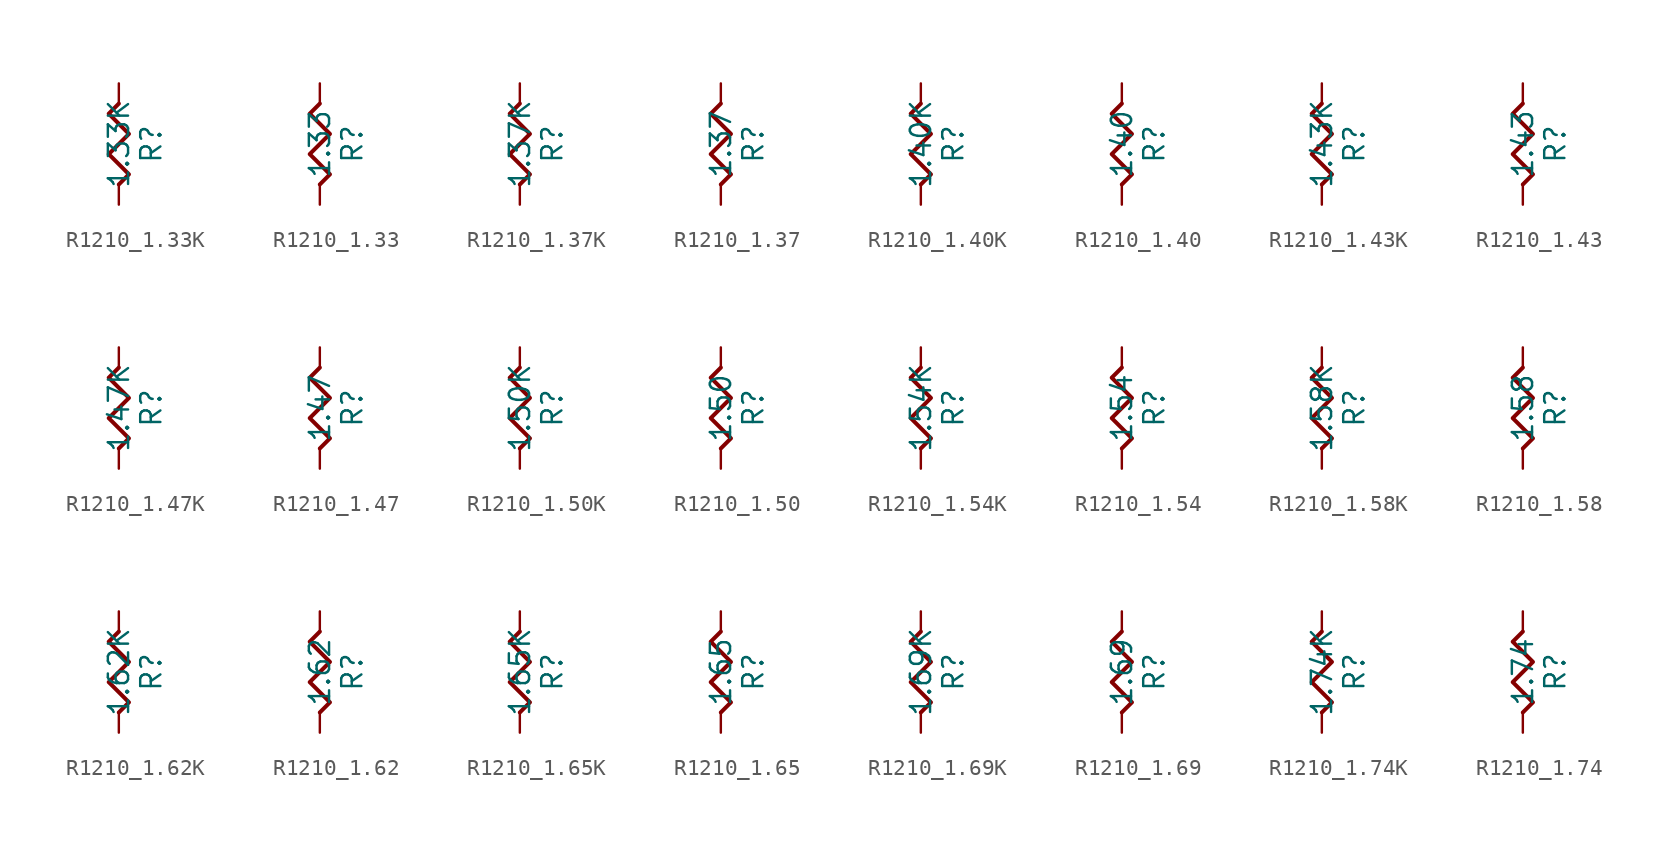
<source format=kicad_sym>
(kicad_symbol_lib
  (version 20211014)
  (generator atlantix-eda)
  (symbol "R1210_1.33K"
    (pin_numbers hide)
    (pin_names
      (offset 0))
    (property "Reference" "R"
      (at 2.032 0 90)
      (effects (font (size 1.27 1.27))))
    (property "Value" "1.33K"
      (at 0 0 90)
      (effects (font (size 1.27 1.27))))
    (symbol "R1210_1.33K_0_1"
      (polyline (pts (xy 0 -2.54) (xy 0.635 -1.905) (xy -0.635 -0.635) (xy 0.635 0.635) (xy -0.635 1.905) (xy 0 2.54)) (stroke (width 0.254) (type default) (color 0 0 0 0)) (fill (type none))))
    (symbol "R1210_1.33K_1_1"
      (pin passive line (at 0 3.81 270) (length 1.27) (name "~" (effects (font (size 1.27 1.27)))) (number "1" (effects (font (size 1.27 1.27)))))
      (pin passive line (at 0 -3.81 90) (length 1.27) (name "~" (effects (font (size 1.27 1.27)))) (number "2" (effects (font (size 1.27 1.27)))))))
  (symbol "R1210_1.33"
    (pin_numbers hide)
    (pin_names
      (offset 0))
    (property "Reference" "R"
      (at 2.032 0 90)
      (effects (font (size 1.27 1.27))))
    (property "Value" "1.33"
      (at 0 0 90)
      (effects (font (size 1.27 1.27))))
    (symbol "R1210_1.33_0_1"
      (polyline (pts (xy 0 -2.54) (xy 0.635 -1.905) (xy -0.635 -0.635) (xy 0.635 0.635) (xy -0.635 1.905) (xy 0 2.54)) (stroke (width 0.254) (type default) (color 0 0 0 0)) (fill (type none))))
    (symbol "R1210_1.33_1_1"
      (pin passive line (at 0 3.81 270) (length 1.27) (name "~" (effects (font (size 1.27 1.27)))) (number "1" (effects (font (size 1.27 1.27)))))
      (pin passive line (at 0 -3.81 90) (length 1.27) (name "~" (effects (font (size 1.27 1.27)))) (number "2" (effects (font (size 1.27 1.27)))))))
  (symbol "R1210_1.37K"
    (pin_numbers hide)
    (pin_names
      (offset 0))
    (property "Reference" "R"
      (at 2.032 0 90)
      (effects (font (size 1.27 1.27))))
    (property "Value" "1.37K"
      (at 0 0 90)
      (effects (font (size 1.27 1.27))))
    (symbol "R1210_1.37K_0_1"
      (polyline (pts (xy 0 -2.54) (xy 0.635 -1.905) (xy -0.635 -0.635) (xy 0.635 0.635) (xy -0.635 1.905) (xy 0 2.54)) (stroke (width 0.254) (type default) (color 0 0 0 0)) (fill (type none))))
    (symbol "R1210_1.37K_1_1"
      (pin passive line (at 0 3.81 270) (length 1.27) (name "~" (effects (font (size 1.27 1.27)))) (number "1" (effects (font (size 1.27 1.27)))))
      (pin passive line (at 0 -3.81 90) (length 1.27) (name "~" (effects (font (size 1.27 1.27)))) (number "2" (effects (font (size 1.27 1.27)))))))
  (symbol "R1210_1.37"
    (pin_numbers hide)
    (pin_names
      (offset 0))
    (property "Reference" "R"
      (at 2.032 0 90)
      (effects (font (size 1.27 1.27))))
    (property "Value" "1.37"
      (at 0 0 90)
      (effects (font (size 1.27 1.27))))
    (symbol "R1210_1.37_0_1"
      (polyline (pts (xy 0 -2.54) (xy 0.635 -1.905) (xy -0.635 -0.635) (xy 0.635 0.635) (xy -0.635 1.905) (xy 0 2.54)) (stroke (width 0.254) (type default) (color 0 0 0 0)) (fill (type none))))
    (symbol "R1210_1.37_1_1"
      (pin passive line (at 0 3.81 270) (length 1.27) (name "~" (effects (font (size 1.27 1.27)))) (number "1" (effects (font (size 1.27 1.27)))))
      (pin passive line (at 0 -3.81 90) (length 1.27) (name "~" (effects (font (size 1.27 1.27)))) (number "2" (effects (font (size 1.27 1.27)))))))
  (symbol "R1210_1.40K"
    (pin_numbers hide)
    (pin_names
      (offset 0))
    (property "Reference" "R"
      (at 2.032 0 90)
      (effects (font (size 1.27 1.27))))
    (property "Value" "1.40K"
      (at 0 0 90)
      (effects (font (size 1.27 1.27))))
    (symbol "R1210_1.40K_0_1"
      (polyline (pts (xy 0 -2.54) (xy 0.635 -1.905) (xy -0.635 -0.635) (xy 0.635 0.635) (xy -0.635 1.905) (xy 0 2.54)) (stroke (width 0.254) (type default) (color 0 0 0 0)) (fill (type none))))
    (symbol "R1210_1.40K_1_1"
      (pin passive line (at 0 3.81 270) (length 1.27) (name "~" (effects (font (size 1.27 1.27)))) (number "1" (effects (font (size 1.27 1.27)))))
      (pin passive line (at 0 -3.81 90) (length 1.27) (name "~" (effects (font (size 1.27 1.27)))) (number "2" (effects (font (size 1.27 1.27)))))))
  (symbol "R1210_1.40"
    (pin_numbers hide)
    (pin_names
      (offset 0))
    (property "Reference" "R"
      (at 2.032 0 90)
      (effects (font (size 1.27 1.27))))
    (property "Value" "1.40"
      (at 0 0 90)
      (effects (font (size 1.27 1.27))))
    (symbol "R1210_1.40_0_1"
      (polyline (pts (xy 0 -2.54) (xy 0.635 -1.905) (xy -0.635 -0.635) (xy 0.635 0.635) (xy -0.635 1.905) (xy 0 2.54)) (stroke (width 0.254) (type default) (color 0 0 0 0)) (fill (type none))))
    (symbol "R1210_1.40_1_1"
      (pin passive line (at 0 3.81 270) (length 1.27) (name "~" (effects (font (size 1.27 1.27)))) (number "1" (effects (font (size 1.27 1.27)))))
      (pin passive line (at 0 -3.81 90) (length 1.27) (name "~" (effects (font (size 1.27 1.27)))) (number "2" (effects (font (size 1.27 1.27)))))))
  (symbol "R1210_1.43K"
    (pin_numbers hide)
    (pin_names
      (offset 0))
    (property "Reference" "R"
      (at 2.032 0 90)
      (effects (font (size 1.27 1.27))))
    (property "Value" "1.43K"
      (at 0 0 90)
      (effects (font (size 1.27 1.27))))
    (symbol "R1210_1.43K_0_1"
      (polyline (pts (xy 0 -2.54) (xy 0.635 -1.905) (xy -0.635 -0.635) (xy 0.635 0.635) (xy -0.635 1.905) (xy 0 2.54)) (stroke (width 0.254) (type default) (color 0 0 0 0)) (fill (type none))))
    (symbol "R1210_1.43K_1_1"
      (pin passive line (at 0 3.81 270) (length 1.27) (name "~" (effects (font (size 1.27 1.27)))) (number "1" (effects (font (size 1.27 1.27)))))
      (pin passive line (at 0 -3.81 90) (length 1.27) (name "~" (effects (font (size 1.27 1.27)))) (number "2" (effects (font (size 1.27 1.27)))))))
  (symbol "R1210_1.43"
    (pin_numbers hide)
    (pin_names
      (offset 0))
    (property "Reference" "R"
      (at 2.032 0 90)
      (effects (font (size 1.27 1.27))))
    (property "Value" "1.43"
      (at 0 0 90)
      (effects (font (size 1.27 1.27))))
    (symbol "R1210_1.43_0_1"
      (polyline (pts (xy 0 -2.54) (xy 0.635 -1.905) (xy -0.635 -0.635) (xy 0.635 0.635) (xy -0.635 1.905) (xy 0 2.54)) (stroke (width 0.254) (type default) (color 0 0 0 0)) (fill (type none))))
    (symbol "R1210_1.43_1_1"
      (pin passive line (at 0 3.81 270) (length 1.27) (name "~" (effects (font (size 1.27 1.27)))) (number "1" (effects (font (size 1.27 1.27)))))
      (pin passive line (at 0 -3.81 90) (length 1.27) (name "~" (effects (font (size 1.27 1.27)))) (number "2" (effects (font (size 1.27 1.27)))))))
  (symbol "R1210_1.47K"
    (pin_numbers hide)
    (pin_names
      (offset 0))
    (property "Reference" "R"
      (at 2.032 0 90)
      (effects (font (size 1.27 1.27))))
    (property "Value" "1.47K"
      (at 0 0 90)
      (effects (font (size 1.27 1.27))))
    (symbol "R1210_1.47K_0_1"
      (polyline (pts (xy 0 -2.54) (xy 0.635 -1.905) (xy -0.635 -0.635) (xy 0.635 0.635) (xy -0.635 1.905) (xy 0 2.54)) (stroke (width 0.254) (type default) (color 0 0 0 0)) (fill (type none))))
    (symbol "R1210_1.47K_1_1"
      (pin passive line (at 0 3.81 270) (length 1.27) (name "~" (effects (font (size 1.27 1.27)))) (number "1" (effects (font (size 1.27 1.27)))))
      (pin passive line (at 0 -3.81 90) (length 1.27) (name "~" (effects (font (size 1.27 1.27)))) (number "2" (effects (font (size 1.27 1.27)))))))
  (symbol "R1210_1.47"
    (pin_numbers hide)
    (pin_names
      (offset 0))
    (property "Reference" "R"
      (at 2.032 0 90)
      (effects (font (size 1.27 1.27))))
    (property "Value" "1.47"
      (at 0 0 90)
      (effects (font (size 1.27 1.27))))
    (symbol "R1210_1.47_0_1"
      (polyline (pts (xy 0 -2.54) (xy 0.635 -1.905) (xy -0.635 -0.635) (xy 0.635 0.635) (xy -0.635 1.905) (xy 0 2.54)) (stroke (width 0.254) (type default) (color 0 0 0 0)) (fill (type none))))
    (symbol "R1210_1.47_1_1"
      (pin passive line (at 0 3.81 270) (length 1.27) (name "~" (effects (font (size 1.27 1.27)))) (number "1" (effects (font (size 1.27 1.27)))))
      (pin passive line (at 0 -3.81 90) (length 1.27) (name "~" (effects (font (size 1.27 1.27)))) (number "2" (effects (font (size 1.27 1.27)))))))
  (symbol "R1210_1.50K"
    (pin_numbers hide)
    (pin_names
      (offset 0))
    (property "Reference" "R"
      (at 2.032 0 90)
      (effects (font (size 1.27 1.27))))
    (property "Value" "1.50K"
      (at 0 0 90)
      (effects (font (size 1.27 1.27))))
    (symbol "R1210_1.50K_0_1"
      (polyline (pts (xy 0 -2.54) (xy 0.635 -1.905) (xy -0.635 -0.635) (xy 0.635 0.635) (xy -0.635 1.905) (xy 0 2.54)) (stroke (width 0.254) (type default) (color 0 0 0 0)) (fill (type none))))
    (symbol "R1210_1.50K_1_1"
      (pin passive line (at 0 3.81 270) (length 1.27) (name "~" (effects (font (size 1.27 1.27)))) (number "1" (effects (font (size 1.27 1.27)))))
      (pin passive line (at 0 -3.81 90) (length 1.27) (name "~" (effects (font (size 1.27 1.27)))) (number "2" (effects (font (size 1.27 1.27)))))))
  (symbol "R1210_1.50"
    (pin_numbers hide)
    (pin_names
      (offset 0))
    (property "Reference" "R"
      (at 2.032 0 90)
      (effects (font (size 1.27 1.27))))
    (property "Value" "1.50"
      (at 0 0 90)
      (effects (font (size 1.27 1.27))))
    (symbol "R1210_1.50_0_1"
      (polyline (pts (xy 0 -2.54) (xy 0.635 -1.905) (xy -0.635 -0.635) (xy 0.635 0.635) (xy -0.635 1.905) (xy 0 2.54)) (stroke (width 0.254) (type default) (color 0 0 0 0)) (fill (type none))))
    (symbol "R1210_1.50_1_1"
      (pin passive line (at 0 3.81 270) (length 1.27) (name "~" (effects (font (size 1.27 1.27)))) (number "1" (effects (font (size 1.27 1.27)))))
      (pin passive line (at 0 -3.81 90) (length 1.27) (name "~" (effects (font (size 1.27 1.27)))) (number "2" (effects (font (size 1.27 1.27)))))))
  (symbol "R1210_1.54K"
    (pin_numbers hide)
    (pin_names
      (offset 0))
    (property "Reference" "R"
      (at 2.032 0 90)
      (effects (font (size 1.27 1.27))))
    (property "Value" "1.54K"
      (at 0 0 90)
      (effects (font (size 1.27 1.27))))
    (symbol "R1210_1.54K_0_1"
      (polyline (pts (xy 0 -2.54) (xy 0.635 -1.905) (xy -0.635 -0.635) (xy 0.635 0.635) (xy -0.635 1.905) (xy 0 2.54)) (stroke (width 0.254) (type default) (color 0 0 0 0)) (fill (type none))))
    (symbol "R1210_1.54K_1_1"
      (pin passive line (at 0 3.81 270) (length 1.27) (name "~" (effects (font (size 1.27 1.27)))) (number "1" (effects (font (size 1.27 1.27)))))
      (pin passive line (at 0 -3.81 90) (length 1.27) (name "~" (effects (font (size 1.27 1.27)))) (number "2" (effects (font (size 1.27 1.27)))))))
  (symbol "R1210_1.54"
    (pin_numbers hide)
    (pin_names
      (offset 0))
    (property "Reference" "R"
      (at 2.032 0 90)
      (effects (font (size 1.27 1.27))))
    (property "Value" "1.54"
      (at 0 0 90)
      (effects (font (size 1.27 1.27))))
    (symbol "R1210_1.54_0_1"
      (polyline (pts (xy 0 -2.54) (xy 0.635 -1.905) (xy -0.635 -0.635) (xy 0.635 0.635) (xy -0.635 1.905) (xy 0 2.54)) (stroke (width 0.254) (type default) (color 0 0 0 0)) (fill (type none))))
    (symbol "R1210_1.54_1_1"
      (pin passive line (at 0 3.81 270) (length 1.27) (name "~" (effects (font (size 1.27 1.27)))) (number "1" (effects (font (size 1.27 1.27)))))
      (pin passive line (at 0 -3.81 90) (length 1.27) (name "~" (effects (font (size 1.27 1.27)))) (number "2" (effects (font (size 1.27 1.27)))))))
  (symbol "R1210_1.58K"
    (pin_numbers hide)
    (pin_names
      (offset 0))
    (property "Reference" "R"
      (at 2.032 0 90)
      (effects (font (size 1.27 1.27))))
    (property "Value" "1.58K"
      (at 0 0 90)
      (effects (font (size 1.27 1.27))))
    (symbol "R1210_1.58K_0_1"
      (polyline (pts (xy 0 -2.54) (xy 0.635 -1.905) (xy -0.635 -0.635) (xy 0.635 0.635) (xy -0.635 1.905) (xy 0 2.54)) (stroke (width 0.254) (type default) (color 0 0 0 0)) (fill (type none))))
    (symbol "R1210_1.58K_1_1"
      (pin passive line (at 0 3.81 270) (length 1.27) (name "~" (effects (font (size 1.27 1.27)))) (number "1" (effects (font (size 1.27 1.27)))))
      (pin passive line (at 0 -3.81 90) (length 1.27) (name "~" (effects (font (size 1.27 1.27)))) (number "2" (effects (font (size 1.27 1.27)))))))
  (symbol "R1210_1.58"
    (pin_numbers hide)
    (pin_names
      (offset 0))
    (property "Reference" "R"
      (at 2.032 0 90)
      (effects (font (size 1.27 1.27))))
    (property "Value" "1.58"
      (at 0 0 90)
      (effects (font (size 1.27 1.27))))
    (symbol "R1210_1.58_0_1"
      (polyline (pts (xy 0 -2.54) (xy 0.635 -1.905) (xy -0.635 -0.635) (xy 0.635 0.635) (xy -0.635 1.905) (xy 0 2.54)) (stroke (width 0.254) (type default) (color 0 0 0 0)) (fill (type none))))
    (symbol "R1210_1.58_1_1"
      (pin passive line (at 0 3.81 270) (length 1.27) (name "~" (effects (font (size 1.27 1.27)))) (number "1" (effects (font (size 1.27 1.27)))))
      (pin passive line (at 0 -3.81 90) (length 1.27) (name "~" (effects (font (size 1.27 1.27)))) (number "2" (effects (font (size 1.27 1.27)))))))
  (symbol "R1210_1.62K"
    (pin_numbers hide)
    (pin_names
      (offset 0))
    (property "Reference" "R"
      (at 2.032 0 90)
      (effects (font (size 1.27 1.27))))
    (property "Value" "1.62K"
      (at 0 0 90)
      (effects (font (size 1.27 1.27))))
    (symbol "R1210_1.62K_0_1"
      (polyline (pts (xy 0 -2.54) (xy 0.635 -1.905) (xy -0.635 -0.635) (xy 0.635 0.635) (xy -0.635 1.905) (xy 0 2.54)) (stroke (width 0.254) (type default) (color 0 0 0 0)) (fill (type none))))
    (symbol "R1210_1.62K_1_1"
      (pin passive line (at 0 3.81 270) (length 1.27) (name "~" (effects (font (size 1.27 1.27)))) (number "1" (effects (font (size 1.27 1.27)))))
      (pin passive line (at 0 -3.81 90) (length 1.27) (name "~" (effects (font (size 1.27 1.27)))) (number "2" (effects (font (size 1.27 1.27)))))))
  (symbol "R1210_1.62"
    (pin_numbers hide)
    (pin_names
      (offset 0))
    (property "Reference" "R"
      (at 2.032 0 90)
      (effects (font (size 1.27 1.27))))
    (property "Value" "1.62"
      (at 0 0 90)
      (effects (font (size 1.27 1.27))))
    (symbol "R1210_1.62_0_1"
      (polyline (pts (xy 0 -2.54) (xy 0.635 -1.905) (xy -0.635 -0.635) (xy 0.635 0.635) (xy -0.635 1.905) (xy 0 2.54)) (stroke (width 0.254) (type default) (color 0 0 0 0)) (fill (type none))))
    (symbol "R1210_1.62_1_1"
      (pin passive line (at 0 3.81 270) (length 1.27) (name "~" (effects (font (size 1.27 1.27)))) (number "1" (effects (font (size 1.27 1.27)))))
      (pin passive line (at 0 -3.81 90) (length 1.27) (name "~" (effects (font (size 1.27 1.27)))) (number "2" (effects (font (size 1.27 1.27)))))))
  (symbol "R1210_1.65K"
    (pin_numbers hide)
    (pin_names
      (offset 0))
    (property "Reference" "R"
      (at 2.032 0 90)
      (effects (font (size 1.27 1.27))))
    (property "Value" "1.65K"
      (at 0 0 90)
      (effects (font (size 1.27 1.27))))
    (symbol "R1210_1.65K_0_1"
      (polyline (pts (xy 0 -2.54) (xy 0.635 -1.905) (xy -0.635 -0.635) (xy 0.635 0.635) (xy -0.635 1.905) (xy 0 2.54)) (stroke (width 0.254) (type default) (color 0 0 0 0)) (fill (type none))))
    (symbol "R1210_1.65K_1_1"
      (pin passive line (at 0 3.81 270) (length 1.27) (name "~" (effects (font (size 1.27 1.27)))) (number "1" (effects (font (size 1.27 1.27)))))
      (pin passive line (at 0 -3.81 90) (length 1.27) (name "~" (effects (font (size 1.27 1.27)))) (number "2" (effects (font (size 1.27 1.27)))))))
  (symbol "R1210_1.65"
    (pin_numbers hide)
    (pin_names
      (offset 0))
    (property "Reference" "R"
      (at 2.032 0 90)
      (effects (font (size 1.27 1.27))))
    (property "Value" "1.65"
      (at 0 0 90)
      (effects (font (size 1.27 1.27))))
    (symbol "R1210_1.65_0_1"
      (polyline (pts (xy 0 -2.54) (xy 0.635 -1.905) (xy -0.635 -0.635) (xy 0.635 0.635) (xy -0.635 1.905) (xy 0 2.54)) (stroke (width 0.254) (type default) (color 0 0 0 0)) (fill (type none))))
    (symbol "R1210_1.65_1_1"
      (pin passive line (at 0 3.81 270) (length 1.27) (name "~" (effects (font (size 1.27 1.27)))) (number "1" (effects (font (size 1.27 1.27)))))
      (pin passive line (at 0 -3.81 90) (length 1.27) (name "~" (effects (font (size 1.27 1.27)))) (number "2" (effects (font (size 1.27 1.27)))))))
  (symbol "R1210_1.69K"
    (pin_numbers hide)
    (pin_names
      (offset 0))
    (property "Reference" "R"
      (at 2.032 0 90)
      (effects (font (size 1.27 1.27))))
    (property "Value" "1.69K"
      (at 0 0 90)
      (effects (font (size 1.27 1.27))))
    (symbol "R1210_1.69K_0_1"
      (polyline (pts (xy 0 -2.54) (xy 0.635 -1.905) (xy -0.635 -0.635) (xy 0.635 0.635) (xy -0.635 1.905) (xy 0 2.54)) (stroke (width 0.254) (type default) (color 0 0 0 0)) (fill (type none))))
    (symbol "R1210_1.69K_1_1"
      (pin passive line (at 0 3.81 270) (length 1.27) (name "~" (effects (font (size 1.27 1.27)))) (number "1" (effects (font (size 1.27 1.27)))))
      (pin passive line (at 0 -3.81 90) (length 1.27) (name "~" (effects (font (size 1.27 1.27)))) (number "2" (effects (font (size 1.27 1.27)))))))
  (symbol "R1210_1.69"
    (pin_numbers hide)
    (pin_names
      (offset 0))
    (property "Reference" "R"
      (at 2.032 0 90)
      (effects (font (size 1.27 1.27))))
    (property "Value" "1.69"
      (at 0 0 90)
      (effects (font (size 1.27 1.27))))
    (symbol "R1210_1.69_0_1"
      (polyline (pts (xy 0 -2.54) (xy 0.635 -1.905) (xy -0.635 -0.635) (xy 0.635 0.635) (xy -0.635 1.905) (xy 0 2.54)) (stroke (width 0.254) (type default) (color 0 0 0 0)) (fill (type none))))
    (symbol "R1210_1.69_1_1"
      (pin passive line (at 0 3.81 270) (length 1.27) (name "~" (effects (font (size 1.27 1.27)))) (number "1" (effects (font (size 1.27 1.27)))))
      (pin passive line (at 0 -3.81 90) (length 1.27) (name "~" (effects (font (size 1.27 1.27)))) (number "2" (effects (font (size 1.27 1.27)))))))
  (symbol "R1210_1.74K"
    (pin_numbers hide)
    (pin_names
      (offset 0))
    (property "Reference" "R"
      (at 2.032 0 90)
      (effects (font (size 1.27 1.27))))
    (property "Value" "1.74K"
      (at 0 0 90)
      (effects (font (size 1.27 1.27))))
    (symbol "R1210_1.74K_0_1"
      (polyline (pts (xy 0 -2.54) (xy 0.635 -1.905) (xy -0.635 -0.635) (xy 0.635 0.635) (xy -0.635 1.905) (xy 0 2.54)) (stroke (width 0.254) (type default) (color 0 0 0 0)) (fill (type none))))
    (symbol "R1210_1.74K_1_1"
      (pin passive line (at 0 3.81 270) (length 1.27) (name "~" (effects (font (size 1.27 1.27)))) (number "1" (effects (font (size 1.27 1.27)))))
      (pin passive line (at 0 -3.81 90) (length 1.27) (name "~" (effects (font (size 1.27 1.27)))) (number "2" (effects (font (size 1.27 1.27)))))))
  (symbol "R1210_1.74"
    (pin_numbers hide)
    (pin_names
      (offset 0))
    (property "Reference" "R"
      (at 2.032 0 90)
      (effects (font (size 1.27 1.27))))
    (property "Value" "1.74"
      (at 0 0 90)
      (effects (font (size 1.27 1.27))))
    (symbol "R1210_1.74_0_1"
      (polyline (pts (xy 0 -2.54) (xy 0.635 -1.905) (xy -0.635 -0.635) (xy 0.635 0.635) (xy -0.635 1.905) (xy 0 2.54)) (stroke (width 0.254) (type default) (color 0 0 0 0)) (fill (type none))))
    (symbol "R1210_1.74_1_1"
      (pin passive line (at 0 3.81 270) (length 1.27) (name "~" (effects (font (size 1.27 1.27)))) (number "1" (effects (font (size 1.27 1.27)))))
      (pin passive line (at 0 -3.81 90) (length 1.27) (name "~" (effects (font (size 1.27 1.27)))) (number "2" (effects (font (size 1.27 1.27))))))))
</source>
